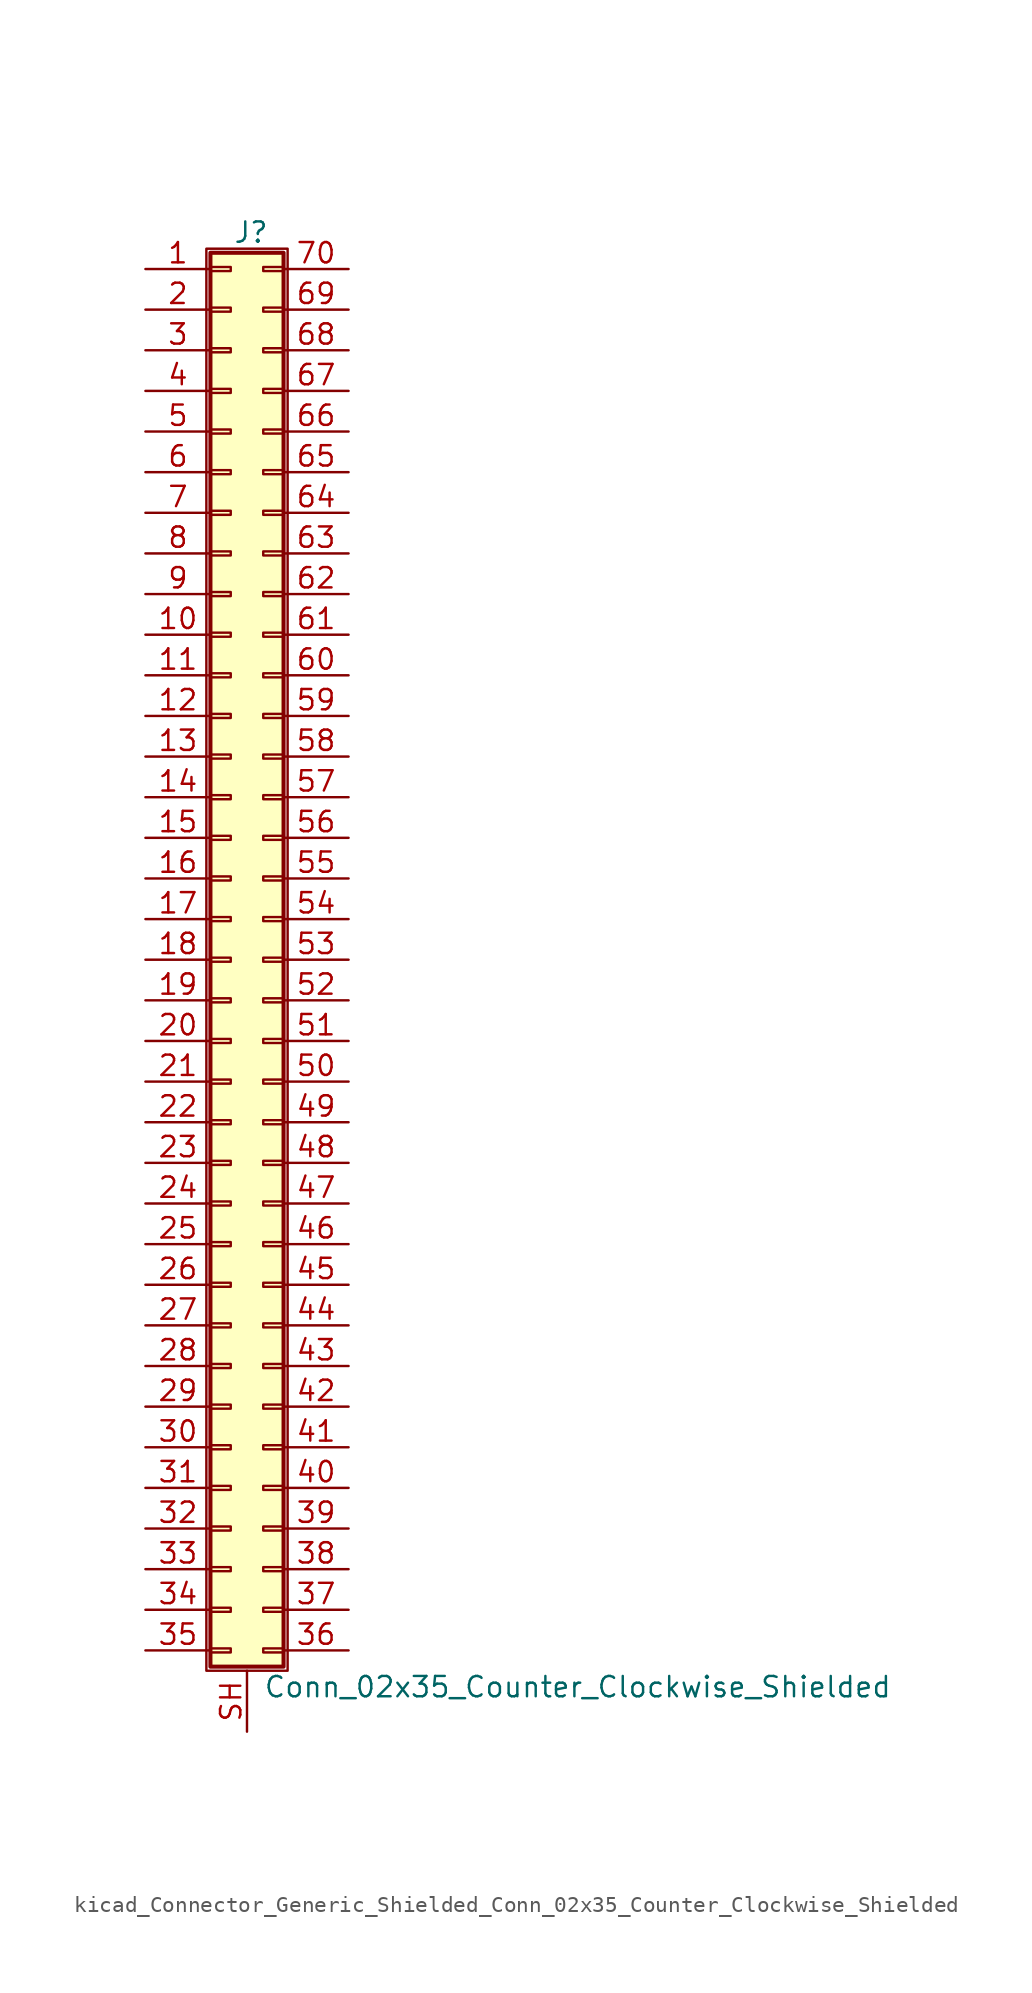
<source format=kicad_sym>
(kicad_symbol_lib
  (version 20220914)
  (generator kicad_symbol_editor)
  (symbol "kicad_Connector_Generic_Shielded_Conn_02x35_Counter_Clockwise_Shielded"
    (pin_names
      (offset 1.016) hide)
    (property "Reference" "J"
      (at 1.524 45.466 0)
      (effects (font (size 1.27 1.27))))
    (property "Value" "Conn_02x35_Counter_Clockwise_Shielded"
      (at 2.286 -45.466 0)
      (effects (font (size 1.27 1.27)) (justify left)))
    (symbol "kicad_Connector_Generic_Shielded_Conn_02x35_Counter_Clockwise_Shielded_1_1"
      (rectangle (start -1.27 44.45) (end 3.81 -44.45) (stroke (width 0.152) (type default)) (fill (type none)))
      (rectangle (start -1.016 -43.053) (end 0.254 -43.307) (stroke (width 0.152) (type default)) (fill (type none)))
      (rectangle (start -1.016 -40.513) (end 0.254 -40.767) (stroke (width 0.152) (type default)) (fill (type none)))
      (rectangle (start -1.016 -37.973) (end 0.254 -38.227) (stroke (width 0.152) (type default)) (fill (type none)))
      (rectangle (start -1.016 -35.433) (end 0.254 -35.687) (stroke (width 0.152) (type default)) (fill (type none)))
      (rectangle (start -1.016 -32.893) (end 0.254 -33.147) (stroke (width 0.152) (type default)) (fill (type none)))
      (rectangle (start -1.016 -30.353) (end 0.254 -30.607) (stroke (width 0.152) (type default)) (fill (type none)))
      (rectangle (start -1.016 -27.813) (end 0.254 -28.067) (stroke (width 0.152) (type default)) (fill (type none)))
      (rectangle (start -1.016 -25.273) (end 0.254 -25.527) (stroke (width 0.152) (type default)) (fill (type none)))
      (rectangle (start -1.016 -22.733) (end 0.254 -22.987) (stroke (width 0.152) (type default)) (fill (type none)))
      (rectangle (start -1.016 -20.193) (end 0.254 -20.447) (stroke (width 0.152) (type default)) (fill (type none)))
      (rectangle (start -1.016 -17.653) (end 0.254 -17.907) (stroke (width 0.152) (type default)) (fill (type none)))
      (rectangle (start -1.016 -15.113) (end 0.254 -15.367) (stroke (width 0.152) (type default)) (fill (type none)))
      (rectangle (start -1.016 -12.573) (end 0.254 -12.827) (stroke (width 0.152) (type default)) (fill (type none)))
      (rectangle (start -1.016 -10.033) (end 0.254 -10.287) (stroke (width 0.152) (type default)) (fill (type none)))
      (rectangle (start -1.016 -7.493) (end 0.254 -7.747) (stroke (width 0.152) (type default)) (fill (type none)))
      (rectangle (start -1.016 -4.953) (end 0.254 -5.207) (stroke (width 0.152) (type default)) (fill (type none)))
      (rectangle (start -1.016 -2.413) (end 0.254 -2.667) (stroke (width 0.152) (type default)) (fill (type none)))
      (rectangle (start -1.016 0.127) (end 0.254 -0.127) (stroke (width 0.152) (type default)) (fill (type none)))
      (rectangle (start -1.016 2.667) (end 0.254 2.413) (stroke (width 0.152) (type default)) (fill (type none)))
      (rectangle (start -1.016 5.207) (end 0.254 4.953) (stroke (width 0.152) (type default)) (fill (type none)))
      (rectangle (start -1.016 7.747) (end 0.254 7.493) (stroke (width 0.152) (type default)) (fill (type none)))
      (rectangle (start -1.016 10.287) (end 0.254 10.033) (stroke (width 0.152) (type default)) (fill (type none)))
      (rectangle (start -1.016 12.827) (end 0.254 12.573) (stroke (width 0.152) (type default)) (fill (type none)))
      (rectangle (start -1.016 15.367) (end 0.254 15.113) (stroke (width 0.152) (type default)) (fill (type none)))
      (rectangle (start -1.016 17.907) (end 0.254 17.653) (stroke (width 0.152) (type default)) (fill (type none)))
      (rectangle (start -1.016 20.447) (end 0.254 20.193) (stroke (width 0.152) (type default)) (fill (type none)))
      (rectangle (start -1.016 22.987) (end 0.254 22.733) (stroke (width 0.152) (type default)) (fill (type none)))
      (rectangle (start -1.016 25.527) (end 0.254 25.273) (stroke (width 0.152) (type default)) (fill (type none)))
      (rectangle (start -1.016 28.067) (end 0.254 27.813) (stroke (width 0.152) (type default)) (fill (type none)))
      (rectangle (start -1.016 30.607) (end 0.254 30.353) (stroke (width 0.152) (type default)) (fill (type none)))
      (rectangle (start -1.016 33.147) (end 0.254 32.893) (stroke (width 0.152) (type default)) (fill (type none)))
      (rectangle (start -1.016 35.687) (end 0.254 35.433) (stroke (width 0.152) (type default)) (fill (type none)))
      (rectangle (start -1.016 38.227) (end 0.254 37.973) (stroke (width 0.152) (type default)) (fill (type none)))
      (rectangle (start -1.016 40.767) (end 0.254 40.513) (stroke (width 0.152) (type default)) (fill (type none)))
      (rectangle (start -1.016 43.307) (end 0.254 43.053) (stroke (width 0.152) (type default)) (fill (type none)))
      (rectangle (start -1.016 44.196) (end 3.556 -44.196) (stroke (width 0.254) (type default)) (fill (type background)))
      (rectangle (start 3.556 -43.053) (end 2.286 -43.307) (stroke (width 0.152) (type default)) (fill (type none)))
      (rectangle (start 3.556 -40.513) (end 2.286 -40.767) (stroke (width 0.152) (type default)) (fill (type none)))
      (rectangle (start 3.556 -37.973) (end 2.286 -38.227) (stroke (width 0.152) (type default)) (fill (type none)))
      (rectangle (start 3.556 -35.433) (end 2.286 -35.687) (stroke (width 0.152) (type default)) (fill (type none)))
      (rectangle (start 3.556 -32.893) (end 2.286 -33.147) (stroke (width 0.152) (type default)) (fill (type none)))
      (rectangle (start 3.556 -30.353) (end 2.286 -30.607) (stroke (width 0.152) (type default)) (fill (type none)))
      (rectangle (start 3.556 -27.813) (end 2.286 -28.067) (stroke (width 0.152) (type default)) (fill (type none)))
      (rectangle (start 3.556 -25.273) (end 2.286 -25.527) (stroke (width 0.152) (type default)) (fill (type none)))
      (rectangle (start 3.556 -22.733) (end 2.286 -22.987) (stroke (width 0.152) (type default)) (fill (type none)))
      (rectangle (start 3.556 -20.193) (end 2.286 -20.447) (stroke (width 0.152) (type default)) (fill (type none)))
      (rectangle (start 3.556 -17.653) (end 2.286 -17.907) (stroke (width 0.152) (type default)) (fill (type none)))
      (rectangle (start 3.556 -15.113) (end 2.286 -15.367) (stroke (width 0.152) (type default)) (fill (type none)))
      (rectangle (start 3.556 -12.573) (end 2.286 -12.827) (stroke (width 0.152) (type default)) (fill (type none)))
      (rectangle (start 3.556 -10.033) (end 2.286 -10.287) (stroke (width 0.152) (type default)) (fill (type none)))
      (rectangle (start 3.556 -7.493) (end 2.286 -7.747) (stroke (width 0.152) (type default)) (fill (type none)))
      (rectangle (start 3.556 -4.953) (end 2.286 -5.207) (stroke (width 0.152) (type default)) (fill (type none)))
      (rectangle (start 3.556 -2.413) (end 2.286 -2.667) (stroke (width 0.152) (type default)) (fill (type none)))
      (rectangle (start 3.556 0.127) (end 2.286 -0.127) (stroke (width 0.152) (type default)) (fill (type none)))
      (rectangle (start 3.556 2.667) (end 2.286 2.413) (stroke (width 0.152) (type default)) (fill (type none)))
      (rectangle (start 3.556 5.207) (end 2.286 4.953) (stroke (width 0.152) (type default)) (fill (type none)))
      (rectangle (start 3.556 7.747) (end 2.286 7.493) (stroke (width 0.152) (type default)) (fill (type none)))
      (rectangle (start 3.556 10.287) (end 2.286 10.033) (stroke (width 0.152) (type default)) (fill (type none)))
      (rectangle (start 3.556 12.827) (end 2.286 12.573) (stroke (width 0.152) (type default)) (fill (type none)))
      (rectangle (start 3.556 15.367) (end 2.286 15.113) (stroke (width 0.152) (type default)) (fill (type none)))
      (rectangle (start 3.556 17.907) (end 2.286 17.653) (stroke (width 0.152) (type default)) (fill (type none)))
      (rectangle (start 3.556 20.447) (end 2.286 20.193) (stroke (width 0.152) (type default)) (fill (type none)))
      (rectangle (start 3.556 22.987) (end 2.286 22.733) (stroke (width 0.152) (type default)) (fill (type none)))
      (rectangle (start 3.556 25.527) (end 2.286 25.273) (stroke (width 0.152) (type default)) (fill (type none)))
      (rectangle (start 3.556 28.067) (end 2.286 27.813) (stroke (width 0.152) (type default)) (fill (type none)))
      (rectangle (start 3.556 30.607) (end 2.286 30.353) (stroke (width 0.152) (type default)) (fill (type none)))
      (rectangle (start 3.556 33.147) (end 2.286 32.893) (stroke (width 0.152) (type default)) (fill (type none)))
      (rectangle (start 3.556 35.687) (end 2.286 35.433) (stroke (width 0.152) (type default)) (fill (type none)))
      (rectangle (start 3.556 38.227) (end 2.286 37.973) (stroke (width 0.152) (type default)) (fill (type none)))
      (rectangle (start 3.556 40.767) (end 2.286 40.513) (stroke (width 0.152) (type default)) (fill (type none)))
      (rectangle (start 3.556 43.307) (end 2.286 43.053) (stroke (width 0.152) (type default)) (fill (type none)))
      (pin passive line (at -5.08 43.18 0) (length 4.064) (name "Pin_1" (effects (font (size 1.27 1.27)))) (number "1" (effects (font (size 1.27 1.27)))))
      (pin passive line (at -5.08 20.32 0) (length 4.064) (name "Pin_10" (effects (font (size 1.27 1.27)))) (number "10" (effects (font (size 1.27 1.27)))))
      (pin passive line (at -5.08 17.78 0) (length 4.064) (name "Pin_11" (effects (font (size 1.27 1.27)))) (number "11" (effects (font (size 1.27 1.27)))))
      (pin passive line (at -5.08 15.24 0) (length 4.064) (name "Pin_12" (effects (font (size 1.27 1.27)))) (number "12" (effects (font (size 1.27 1.27)))))
      (pin passive line (at -5.08 12.7 0) (length 4.064) (name "Pin_13" (effects (font (size 1.27 1.27)))) (number "13" (effects (font (size 1.27 1.27)))))
      (pin passive line (at -5.08 10.16 0) (length 4.064) (name "Pin_14" (effects (font (size 1.27 1.27)))) (number "14" (effects (font (size 1.27 1.27)))))
      (pin passive line (at -5.08 7.62 0) (length 4.064) (name "Pin_15" (effects (font (size 1.27 1.27)))) (number "15" (effects (font (size 1.27 1.27)))))
      (pin passive line (at -5.08 5.08 0) (length 4.064) (name "Pin_16" (effects (font (size 1.27 1.27)))) (number "16" (effects (font (size 1.27 1.27)))))
      (pin passive line (at -5.08 2.54 0) (length 4.064) (name "Pin_17" (effects (font (size 1.27 1.27)))) (number "17" (effects (font (size 1.27 1.27)))))
      (pin passive line (at -5.08 0 0) (length 4.064) (name "Pin_18" (effects (font (size 1.27 1.27)))) (number "18" (effects (font (size 1.27 1.27)))))
      (pin passive line (at -5.08 -2.54 0) (length 4.064) (name "Pin_19" (effects (font (size 1.27 1.27)))) (number "19" (effects (font (size 1.27 1.27)))))
      (pin passive line (at -5.08 40.64 0) (length 4.064) (name "Pin_2" (effects (font (size 1.27 1.27)))) (number "2" (effects (font (size 1.27 1.27)))))
      (pin passive line (at -5.08 -5.08 0) (length 4.064) (name "Pin_20" (effects (font (size 1.27 1.27)))) (number "20" (effects (font (size 1.27 1.27)))))
      (pin passive line (at -5.08 -7.62 0) (length 4.064) (name "Pin_21" (effects (font (size 1.27 1.27)))) (number "21" (effects (font (size 1.27 1.27)))))
      (pin passive line (at -5.08 -10.16 0) (length 4.064) (name "Pin_22" (effects (font (size 1.27 1.27)))) (number "22" (effects (font (size 1.27 1.27)))))
      (pin passive line (at -5.08 -12.7 0) (length 4.064) (name "Pin_23" (effects (font (size 1.27 1.27)))) (number "23" (effects (font (size 1.27 1.27)))))
      (pin passive line (at -5.08 -15.24 0) (length 4.064) (name "Pin_24" (effects (font (size 1.27 1.27)))) (number "24" (effects (font (size 1.27 1.27)))))
      (pin passive line (at -5.08 -17.78 0) (length 4.064) (name "Pin_25" (effects (font (size 1.27 1.27)))) (number "25" (effects (font (size 1.27 1.27)))))
      (pin passive line (at -5.08 -20.32 0) (length 4.064) (name "Pin_26" (effects (font (size 1.27 1.27)))) (number "26" (effects (font (size 1.27 1.27)))))
      (pin passive line (at -5.08 -22.86 0) (length 4.064) (name "Pin_27" (effects (font (size 1.27 1.27)))) (number "27" (effects (font (size 1.27 1.27)))))
      (pin passive line (at -5.08 -25.4 0) (length 4.064) (name "Pin_28" (effects (font (size 1.27 1.27)))) (number "28" (effects (font (size 1.27 1.27)))))
      (pin passive line (at -5.08 -27.94 0) (length 4.064) (name "Pin_29" (effects (font (size 1.27 1.27)))) (number "29" (effects (font (size 1.27 1.27)))))
      (pin passive line (at -5.08 38.1 0) (length 4.064) (name "Pin_3" (effects (font (size 1.27 1.27)))) (number "3" (effects (font (size 1.27 1.27)))))
      (pin passive line (at -5.08 -30.48 0) (length 4.064) (name "Pin_30" (effects (font (size 1.27 1.27)))) (number "30" (effects (font (size 1.27 1.27)))))
      (pin passive line (at -5.08 -33.02 0) (length 4.064) (name "Pin_31" (effects (font (size 1.27 1.27)))) (number "31" (effects (font (size 1.27 1.27)))))
      (pin passive line (at -5.08 -35.56 0) (length 4.064) (name "Pin_32" (effects (font (size 1.27 1.27)))) (number "32" (effects (font (size 1.27 1.27)))))
      (pin passive line (at -5.08 -38.1 0) (length 4.064) (name "Pin_33" (effects (font (size 1.27 1.27)))) (number "33" (effects (font (size 1.27 1.27)))))
      (pin passive line (at -5.08 -40.64 0) (length 4.064) (name "Pin_34" (effects (font (size 1.27 1.27)))) (number "34" (effects (font (size 1.27 1.27)))))
      (pin passive line (at -5.08 -43.18 0) (length 4.064) (name "Pin_35" (effects (font (size 1.27 1.27)))) (number "35" (effects (font (size 1.27 1.27)))))
      (pin passive line (at 7.62 -43.18 180) (length 4.064) (name "Pin_36" (effects (font (size 1.27 1.27)))) (number "36" (effects (font (size 1.27 1.27)))))
      (pin passive line (at 7.62 -40.64 180) (length 4.064) (name "Pin_37" (effects (font (size 1.27 1.27)))) (number "37" (effects (font (size 1.27 1.27)))))
      (pin passive line (at 7.62 -38.1 180) (length 4.064) (name "Pin_38" (effects (font (size 1.27 1.27)))) (number "38" (effects (font (size 1.27 1.27)))))
      (pin passive line (at 7.62 -35.56 180) (length 4.064) (name "Pin_39" (effects (font (size 1.27 1.27)))) (number "39" (effects (font (size 1.27 1.27)))))
      (pin passive line (at -5.08 35.56 0) (length 4.064) (name "Pin_4" (effects (font (size 1.27 1.27)))) (number "4" (effects (font (size 1.27 1.27)))))
      (pin passive line (at 7.62 -33.02 180) (length 4.064) (name "Pin_40" (effects (font (size 1.27 1.27)))) (number "40" (effects (font (size 1.27 1.27)))))
      (pin passive line (at 7.62 -30.48 180) (length 4.064) (name "Pin_41" (effects (font (size 1.27 1.27)))) (number "41" (effects (font (size 1.27 1.27)))))
      (pin passive line (at 7.62 -27.94 180) (length 4.064) (name "Pin_42" (effects (font (size 1.27 1.27)))) (number "42" (effects (font (size 1.27 1.27)))))
      (pin passive line (at 7.62 -25.4 180) (length 4.064) (name "Pin_43" (effects (font (size 1.27 1.27)))) (number "43" (effects (font (size 1.27 1.27)))))
      (pin passive line (at 7.62 -22.86 180) (length 4.064) (name "Pin_44" (effects (font (size 1.27 1.27)))) (number "44" (effects (font (size 1.27 1.27)))))
      (pin passive line (at 7.62 -20.32 180) (length 4.064) (name "Pin_45" (effects (font (size 1.27 1.27)))) (number "45" (effects (font (size 1.27 1.27)))))
      (pin passive line (at 7.62 -17.78 180) (length 4.064) (name "Pin_46" (effects (font (size 1.27 1.27)))) (number "46" (effects (font (size 1.27 1.27)))))
      (pin passive line (at 7.62 -15.24 180) (length 4.064) (name "Pin_47" (effects (font (size 1.27 1.27)))) (number "47" (effects (font (size 1.27 1.27)))))
      (pin passive line (at 7.62 -12.7 180) (length 4.064) (name "Pin_48" (effects (font (size 1.27 1.27)))) (number "48" (effects (font (size 1.27 1.27)))))
      (pin passive line (at 7.62 -10.16 180) (length 4.064) (name "Pin_49" (effects (font (size 1.27 1.27)))) (number "49" (effects (font (size 1.27 1.27)))))
      (pin passive line (at -5.08 33.02 0) (length 4.064) (name "Pin_5" (effects (font (size 1.27 1.27)))) (number "5" (effects (font (size 1.27 1.27)))))
      (pin passive line (at 7.62 -7.62 180) (length 4.064) (name "Pin_50" (effects (font (size 1.27 1.27)))) (number "50" (effects (font (size 1.27 1.27)))))
      (pin passive line (at 7.62 -5.08 180) (length 4.064) (name "Pin_51" (effects (font (size 1.27 1.27)))) (number "51" (effects (font (size 1.27 1.27)))))
      (pin passive line (at 7.62 -2.54 180) (length 4.064) (name "Pin_52" (effects (font (size 1.27 1.27)))) (number "52" (effects (font (size 1.27 1.27)))))
      (pin passive line (at 7.62 0 180) (length 4.064) (name "Pin_53" (effects (font (size 1.27 1.27)))) (number "53" (effects (font (size 1.27 1.27)))))
      (pin passive line (at 7.62 2.54 180) (length 4.064) (name "Pin_54" (effects (font (size 1.27 1.27)))) (number "54" (effects (font (size 1.27 1.27)))))
      (pin passive line (at 7.62 5.08 180) (length 4.064) (name "Pin_55" (effects (font (size 1.27 1.27)))) (number "55" (effects (font (size 1.27 1.27)))))
      (pin passive line (at 7.62 7.62 180) (length 4.064) (name "Pin_56" (effects (font (size 1.27 1.27)))) (number "56" (effects (font (size 1.27 1.27)))))
      (pin passive line (at 7.62 10.16 180) (length 4.064) (name "Pin_57" (effects (font (size 1.27 1.27)))) (number "57" (effects (font (size 1.27 1.27)))))
      (pin passive line (at 7.62 12.7 180) (length 4.064) (name "Pin_58" (effects (font (size 1.27 1.27)))) (number "58" (effects (font (size 1.27 1.27)))))
      (pin passive line (at 7.62 15.24 180) (length 4.064) (name "Pin_59" (effects (font (size 1.27 1.27)))) (number "59" (effects (font (size 1.27 1.27)))))
      (pin passive line (at -5.08 30.48 0) (length 4.064) (name "Pin_6" (effects (font (size 1.27 1.27)))) (number "6" (effects (font (size 1.27 1.27)))))
      (pin passive line (at 7.62 17.78 180) (length 4.064) (name "Pin_60" (effects (font (size 1.27 1.27)))) (number "60" (effects (font (size 1.27 1.27)))))
      (pin passive line (at 7.62 20.32 180) (length 4.064) (name "Pin_61" (effects (font (size 1.27 1.27)))) (number "61" (effects (font (size 1.27 1.27)))))
      (pin passive line (at 7.62 22.86 180) (length 4.064) (name "Pin_62" (effects (font (size 1.27 1.27)))) (number "62" (effects (font (size 1.27 1.27)))))
      (pin passive line (at 7.62 25.4 180) (length 4.064) (name "Pin_63" (effects (font (size 1.27 1.27)))) (number "63" (effects (font (size 1.27 1.27)))))
      (pin passive line (at 7.62 27.94 180) (length 4.064) (name "Pin_64" (effects (font (size 1.27 1.27)))) (number "64" (effects (font (size 1.27 1.27)))))
      (pin passive line (at 7.62 30.48 180) (length 4.064) (name "Pin_65" (effects (font (size 1.27 1.27)))) (number "65" (effects (font (size 1.27 1.27)))))
      (pin passive line (at 7.62 33.02 180) (length 4.064) (name "Pin_66" (effects (font (size 1.27 1.27)))) (number "66" (effects (font (size 1.27 1.27)))))
      (pin passive line (at 7.62 35.56 180) (length 4.064) (name "Pin_67" (effects (font (size 1.27 1.27)))) (number "67" (effects (font (size 1.27 1.27)))))
      (pin passive line (at 7.62 38.1 180) (length 4.064) (name "Pin_68" (effects (font (size 1.27 1.27)))) (number "68" (effects (font (size 1.27 1.27)))))
      (pin passive line (at 7.62 40.64 180) (length 4.064) (name "Pin_69" (effects (font (size 1.27 1.27)))) (number "69" (effects (font (size 1.27 1.27)))))
      (pin passive line (at -5.08 27.94 0) (length 4.064) (name "Pin_7" (effects (font (size 1.27 1.27)))) (number "7" (effects (font (size 1.27 1.27)))))
      (pin passive line (at 7.62 43.18 180) (length 4.064) (name "Pin_70" (effects (font (size 1.27 1.27)))) (number "70" (effects (font (size 1.27 1.27)))))
      (pin passive line (at -5.08 25.4 0) (length 4.064) (name "Pin_8" (effects (font (size 1.27 1.27)))) (number "8" (effects (font (size 1.27 1.27)))))
      (pin passive line (at -5.08 22.86 0) (length 4.064) (name "Pin_9" (effects (font (size 1.27 1.27)))) (number "9" (effects (font (size 1.27 1.27)))))
      (pin passive line (at 1.27 -48.26 90) (length 3.81) (name "Shield" (effects (font (size 1.27 1.27)))) (number "SH" (effects (font (size 1.27 1.27))))))))
</source>
